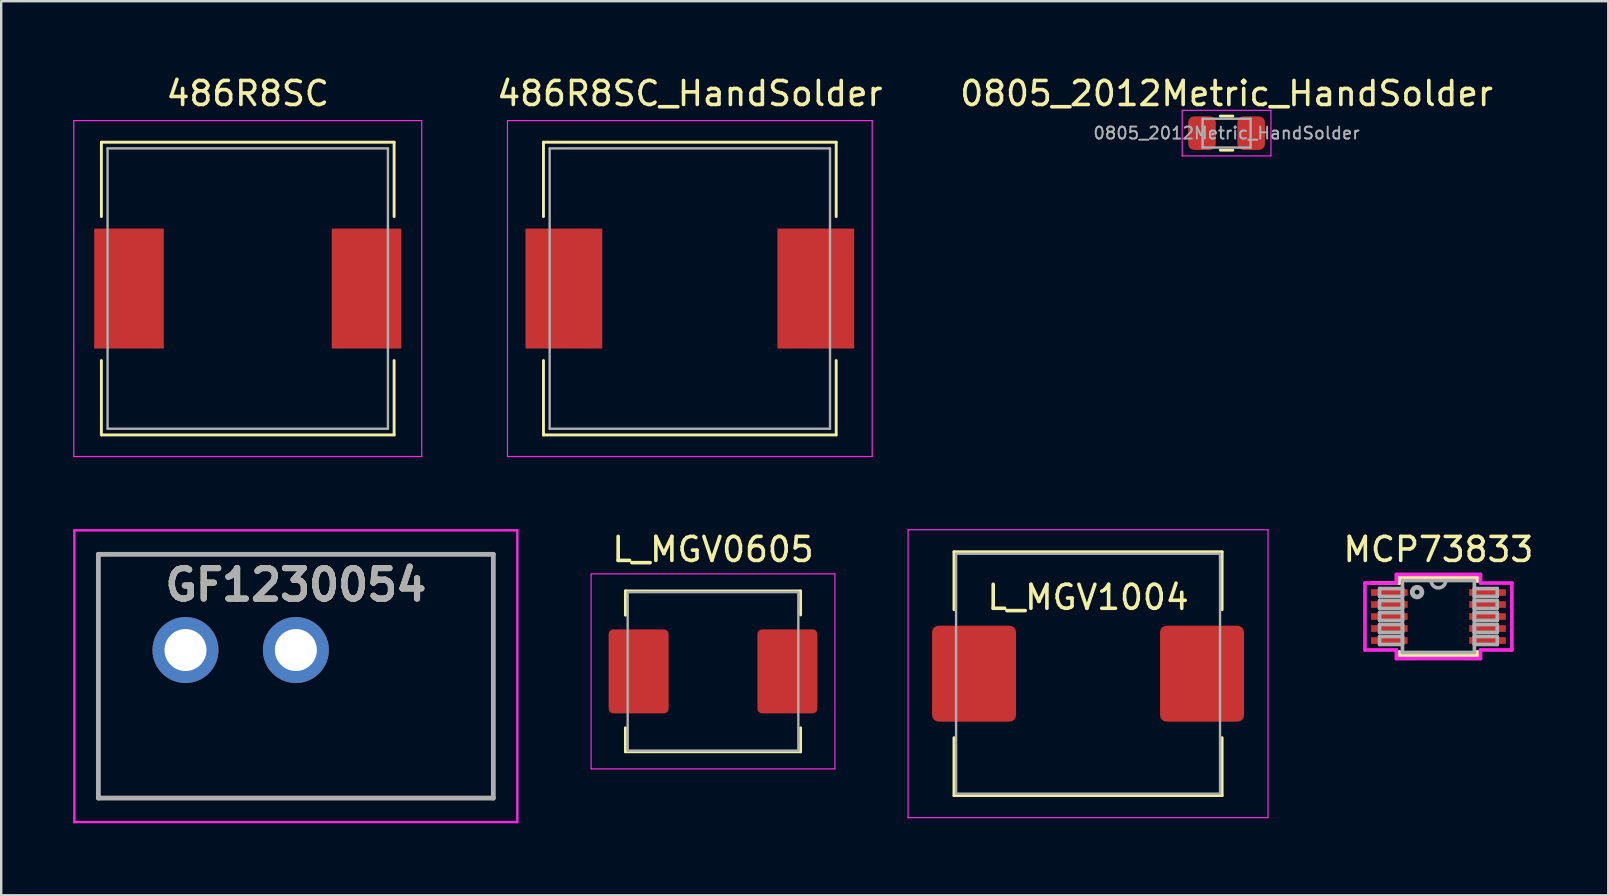
<source format=kicad_pcb>
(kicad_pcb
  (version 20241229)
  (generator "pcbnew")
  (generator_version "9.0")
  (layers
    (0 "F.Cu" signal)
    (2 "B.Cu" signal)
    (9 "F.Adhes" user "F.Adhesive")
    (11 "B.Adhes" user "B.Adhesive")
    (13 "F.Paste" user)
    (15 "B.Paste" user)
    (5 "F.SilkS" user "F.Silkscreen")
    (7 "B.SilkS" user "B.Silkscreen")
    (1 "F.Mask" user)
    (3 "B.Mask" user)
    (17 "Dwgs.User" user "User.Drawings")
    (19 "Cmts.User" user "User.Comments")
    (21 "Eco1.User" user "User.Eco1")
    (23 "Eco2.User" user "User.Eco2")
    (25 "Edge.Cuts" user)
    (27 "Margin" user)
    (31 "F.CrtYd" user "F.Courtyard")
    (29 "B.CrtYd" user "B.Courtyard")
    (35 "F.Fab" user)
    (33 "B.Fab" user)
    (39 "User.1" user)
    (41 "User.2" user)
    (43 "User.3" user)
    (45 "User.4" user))
  (footprint "486R8SC"
    (layer "F.Cu")
    (at 7.275 8.976)
    (property "Reference" "486R8SC" (at 0 -8.128 0) (layer "F.SilkS") (effects (font (size 1 1) (thickness 0.15))))
    (attr smd)
    (fp_line (start -6.1 -6.1) (end -6.1 -3) (stroke (width 0.12) (type solid)) (layer "F.SilkS"))
    (fp_line (start -6.1 -6.1) (end 6.1 -6.1) (stroke (width 0.12) (type solid)) (layer "F.SilkS"))
    (fp_line (start -6.1 3) (end -6.1 6.1) (stroke (width 0.12) (type solid)) (layer "F.SilkS"))
    (fp_line (start 6.1 -6.1) (end 6.1 -3) (stroke (width 0.12) (type solid)) (layer "F.SilkS"))
    (fp_line (start 6.1 3) (end 6.1 6.1) (stroke (width 0.12) (type solid)) (layer "F.SilkS"))
    (fp_line (start 6.1 6.1) (end -6.1 6.1) (stroke (width 0.12) (type solid)) (layer "F.SilkS"))
    (fp_line (start -7.25 -7) (end 7.25 -7) (stroke (width 0.05) (type solid)) (layer "F.CrtYd"))
    (fp_line (start -7.25 7) (end -7.25 -7) (stroke (width 0.05) (type solid)) (layer "F.CrtYd"))
    (fp_line (start 7.25 -7) (end 7.25 7) (stroke (width 0.05) (type solid)) (layer "F.CrtYd"))
    (fp_line (start 7.25 7) (end -7.25 7) (stroke (width 0.05) (type solid)) (layer "F.CrtYd"))
    (fp_line (start -5.842 -5.842) (end -5.842 5.842) (stroke (width 0.1) (type solid)) (layer "F.Fab"))
    (fp_line (start -5.842 5.842) (end 5.842 5.842) (stroke (width 0.1) (type solid)) (layer "F.Fab"))
    (fp_line (start 5.842 -5.842) (end -5.842 -5.842) (stroke (width 0.1) (type solid)) (layer "F.Fab"))
    (fp_line (start 5.842 5.842) (end 5.842 -5.842) (stroke (width 0.1) (type solid)) (layer "F.Fab"))
    (pad "1" smd rect (at -4.95 0) (size 2.9 5) (layers "F.Cu" "F.Mask" "F.Paste"))
    (pad "2" smd rect (at 4.95 0) (size 2.9 5) (layers "F.Cu" "F.Mask" "F.Paste")))
  (footprint "GF1230054"
    (layer "F.Cu")
    (at 9.28 25.131)
    (property "Reference" "GF1230054" (at 0 -3.81 0) (layer "F.SilkS") (effects (font (size 1.27 1.27) (thickness 0.254))))
    (attr through_hole)
    (fp_line (start -8.23 -5.08) (end 8.23 -5.08) (stroke (width 0.1) (type solid)) (layer "F.SilkS"))
    (fp_line (start -8.23 5.08) (end -8.23 -5.08) (stroke (width 0.1) (type solid)) (layer "F.SilkS"))
    (fp_line (start 8.23 -5.08) (end 8.23 5.08) (stroke (width 0.1) (type solid)) (layer "F.SilkS"))
    (fp_line (start 8.23 5.08) (end -8.23 5.08) (stroke (width 0.1) (type solid)) (layer "F.SilkS"))
    (fp_line (start -9.23 -6.08) (end 9.23 -6.08) (stroke (width 0.1) (type solid)) (layer "F.CrtYd"))
    (fp_line (start -9.23 6.08) (end -9.23 -6.08) (stroke (width 0.1) (type solid)) (layer "F.CrtYd"))
    (fp_line (start 9.23 -6.08) (end 9.23 6.08) (stroke (width 0.1) (type solid)) (layer "F.CrtYd"))
    (fp_line (start 9.23 6.08) (end -9.23 6.08) (stroke (width 0.1) (type solid)) (layer "F.CrtYd"))
    (fp_line (start -8.23 -5.08) (end 8.23 -5.08) (stroke (width 0.2) (type solid)) (layer "F.Fab"))
    (fp_line (start -8.23 5.08) (end -8.23 -5.08) (stroke (width 0.2) (type solid)) (layer "F.Fab"))
    (fp_line (start 8.23 -5.08) (end 8.23 5.08) (stroke (width 0.2) (type solid)) (layer "F.Fab"))
    (fp_line (start 8.23 5.08) (end -8.23 5.08) (stroke (width 0.2) (type solid)) (layer "F.Fab"))
    (fp_text user "${REFERENCE}" (at 0 -3.81 0) (layer "F.Fab") (effects (font (size 1.27 1.27) (thickness 0.254))))
    (pad "1" thru_hole circle (at -4.6 -1.09) (size 2.75 2.75) (drill 1.75) (layers "*.Cu" "*.Mask"))
    (pad "2" thru_hole circle (at 0 -1.09) (size 2.75 2.75) (drill 1.75) (layers "*.Cu" "*.Mask")))
  (footprint "L_MGV1004"
    (layer "F.Cu")
    (at 42.295 25.026)
    (property "Reference" "L_MGV1004" (at 0 -3.18 0) (layer "F.SilkS") (effects (font (size 1 1) (thickness 0.15))))
    (attr smd)
    (fp_line (start -5.588 -5.08) (end 5.588 -5.08) (stroke (width 0.12) (type solid)) (layer "F.SilkS"))
    (fp_line (start -5.588 -2.667) (end -5.588 -5.08) (stroke (width 0.12) (type solid)) (layer "F.SilkS"))
    (fp_line (start -5.588 5.08) (end -5.588 2.667) (stroke (width 0.12) (type solid)) (layer "F.SilkS"))
    (fp_line (start -5.588 5.08) (end 5.588 5.08) (stroke (width 0.12) (type solid)) (layer "F.SilkS"))
    (fp_line (start 5.588 -2.667) (end 5.588 -5.08) (stroke (width 0.12) (type solid)) (layer "F.SilkS"))
    (fp_line (start 5.588 5.08) (end 5.588 2.667) (stroke (width 0.12) (type solid)) (layer "F.SilkS"))
    (fp_line (start -7.5 -6) (end 7.5 -6) (stroke (width 0.05) (type solid)) (layer "F.CrtYd"))
    (fp_line (start -7.5 6) (end -7.5 -6) (stroke (width 0.05) (type solid)) (layer "F.CrtYd"))
    (fp_line (start 7.5 -6) (end 7.5 6) (stroke (width 0.05) (type solid)) (layer "F.CrtYd"))
    (fp_line (start 7.5 6) (end -7.5 6) (stroke (width 0.05) (type solid)) (layer "F.CrtYd"))
    (fp_line (start -5.5 -5) (end 5.5 -5) (stroke (width 0.1) (type solid)) (layer "F.Fab"))
    (fp_line (start -5.5 5) (end -5.5 -5) (stroke (width 0.1) (type solid)) (layer "F.Fab"))
    (fp_line (start 5.5 -5) (end 5.5 5) (stroke (width 0.1) (type solid)) (layer "F.Fab"))
    (fp_line (start 5.5 5) (end -5.5 5) (stroke (width 0.1) (type solid)) (layer "F.Fab"))
    (pad "1" smd roundrect (at -4.75 0) (size 3.5 4) (layers "F.Cu" "F.Mask" "F.Paste") (roundrect_rratio 0.078))
    (pad "2" smd roundrect (at 4.75 0) (size 3.5 4) (layers "F.Cu" "F.Mask" "F.Paste") (roundrect_rratio 0.078)))
  (footprint "0805_2012Metric_HandSolder"
    (layer "F.Cu")
    (at 48.068 2.498)
    (property "Reference" "0805_2012Metric_HandSolder" (at 0 -1.65 0) (layer "F.SilkS") (effects (font (size 1 1) (thickness 0.15))))
    (attr smd)
    (fp_line (start -0.261 -0.71) (end 0.261 -0.71) (stroke (width 0.12) (type solid)) (layer "F.SilkS"))
    (fp_line (start -0.261 0.71) (end 0.261 0.71) (stroke (width 0.12) (type solid)) (layer "F.SilkS"))
    (fp_line (start -1.85 -0.95) (end 1.85 -0.95) (stroke (width 0.05) (type solid)) (layer "F.CrtYd"))
    (fp_line (start -1.85 0.95) (end -1.85 -0.95) (stroke (width 0.05) (type solid)) (layer "F.CrtYd"))
    (fp_line (start 1.85 -0.95) (end 1.85 0.95) (stroke (width 0.05) (type solid)) (layer "F.CrtYd"))
    (fp_line (start 1.85 0.95) (end -1.85 0.95) (stroke (width 0.05) (type solid)) (layer "F.CrtYd"))
    (fp_line (start -1 -0.6) (end 1 -0.6) (stroke (width 0.1) (type solid)) (layer "F.Fab"))
    (fp_line (start -1 0.6) (end -1 -0.6) (stroke (width 0.1) (type solid)) (layer "F.Fab"))
    (fp_line (start 1 -0.6) (end 1 0.6) (stroke (width 0.1) (type solid)) (layer "F.Fab"))
    (fp_line (start 1 0.6) (end -1 0.6) (stroke (width 0.1) (type solid)) (layer "F.Fab"))
    (fp_text user "${REFERENCE}" (at 0 0 0) (layer "F.Fab") (effects (font (size 0.5 0.5) (thickness 0.08))))
    (pad "1" smd roundrect (at -1.025 0) (size 1.15 1.4) (layers "F.Cu" "F.Mask" "F.Paste") (roundrect_rratio 0.217))
    (pad "2" smd roundrect (at 1.025 0) (size 1.15 1.4) (layers "F.Cu" "F.Mask" "F.Paste") (roundrect_rratio 0.217)))
  (footprint "486R8SC_HandSolder"
    (layer "F.Cu")
    (at 25.699 8.976)
    (property "Reference" "486R8SC_HandSolder" (at 0 -8.128 0) (layer "F.SilkS") (effects (font (size 1 1) (thickness 0.15))))
    (attr smd)
    (fp_line (start -6.1 -6.1) (end -6.1 -3) (stroke (width 0.12) (type solid)) (layer "F.SilkS"))
    (fp_line (start -6.1 -6.1) (end 6.1 -6.1) (stroke (width 0.12) (type solid)) (layer "F.SilkS"))
    (fp_line (start -6.1 3) (end -6.1 6.1) (stroke (width 0.12) (type solid)) (layer "F.SilkS"))
    (fp_line (start 6.1 -6.1) (end 6.1 -3) (stroke (width 0.12) (type solid)) (layer "F.SilkS"))
    (fp_line (start 6.1 3) (end 6.1 6.1) (stroke (width 0.12) (type solid)) (layer "F.SilkS"))
    (fp_line (start 6.1 6.1) (end -6.1 6.1) (stroke (width 0.12) (type solid)) (layer "F.SilkS"))
    (fp_line (start -7.6 -7) (end 7.6 -7) (stroke (width 0.05) (type solid)) (layer "F.CrtYd"))
    (fp_line (start -7.6 7) (end -7.6 -7) (stroke (width 0.05) (type solid)) (layer "F.CrtYd"))
    (fp_line (start 7.6 -7) (end 7.6 7) (stroke (width 0.05) (type solid)) (layer "F.CrtYd"))
    (fp_line (start 7.6 7) (end -7.6 7) (stroke (width 0.05) (type solid)) (layer "F.CrtYd"))
    (fp_line (start -5.842 -5.842) (end -5.842 5.842) (stroke (width 0.1) (type solid)) (layer "F.Fab"))
    (fp_line (start -5.842 5.842) (end 5.842 5.842) (stroke (width 0.1) (type solid)) (layer "F.Fab"))
    (fp_line (start 5.842 -5.842) (end -5.842 -5.842) (stroke (width 0.1) (type solid)) (layer "F.Fab"))
    (fp_line (start 5.842 5.842) (end 5.842 -5.842) (stroke (width 0.1) (type solid)) (layer "F.Fab"))
    (pad "1" smd rect (at -5.25 0) (size 3.2 5) (layers "F.Cu" "F.Mask" "F.Paste"))
    (pad "2" smd rect (at 5.25 0) (size 3.2 5) (layers "F.Cu" "F.Mask" "F.Paste")))
  (footprint "L_MGV0605"
    (layer "F.Cu")
    (at 26.665 24.93)
    (property "Reference" "L_MGV0605" (at 0 -5.08 0) (layer "F.SilkS") (effects (font (size 1 1) (thickness 0.15))))
    (attr smd)
    (fp_line (start -3.65 -3.35) (end 3.65 -3.35) (stroke (width 0.12) (type solid)) (layer "F.SilkS"))
    (fp_line (start -3.65 -2.35) (end -3.65 -3.35) (stroke (width 0.12) (type solid)) (layer "F.SilkS"))
    (fp_line (start -3.65 -2.35) (end -3.65 -3.35) (stroke (width 0.12) (type solid)) (layer "F.SilkS"))
    (fp_line (start -3.65 2.35) (end -3.65 3.35) (stroke (width 0.12) (type solid)) (layer "F.SilkS"))
    (fp_line (start -3.65 3.35) (end 3.65 3.35) (stroke (width 0.12) (type solid)) (layer "F.SilkS"))
    (fp_line (start 3.65 -2.35) (end 3.65 -3.35) (stroke (width 0.12) (type solid)) (layer "F.SilkS"))
    (fp_line (start 3.65 2.35) (end 3.65 3.35) (stroke (width 0.12) (type solid)) (layer "F.SilkS"))
    (fp_line (start -5.08 -4.064) (end 5.08 -4.064) (stroke (width 0.05) (type solid)) (layer "F.CrtYd"))
    (fp_line (start -5.08 4.064) (end -5.08 -4.064) (stroke (width 0.05) (type solid)) (layer "F.CrtYd"))
    (fp_line (start 5.08 -4.064) (end 5.08 4.064) (stroke (width 0.05) (type solid)) (layer "F.CrtYd"))
    (fp_line (start 5.08 4.064) (end -5.08 4.064) (stroke (width 0.05) (type solid)) (layer "F.CrtYd"))
    (fp_line (start -3.556 -3.302) (end 3.556 -3.302) (stroke (width 0.1) (type solid)) (layer "F.Fab"))
    (fp_line (start -3.556 3.302) (end -3.556 -3.302) (stroke (width 0.1) (type solid)) (layer "F.Fab"))
    (fp_line (start 3.556 -3.302) (end 3.556 3.302) (stroke (width 0.1) (type solid)) (layer "F.Fab"))
    (fp_line (start 3.556 3.302) (end -3.556 3.302) (stroke (width 0.1) (type solid)) (layer "F.Fab"))
    (pad "1" smd roundrect (at -3.1 0) (size 2.5 3.5) (layers "F.Cu" "F.Mask" "F.Paste") (roundrect_rratio 0.078))
    (pad "2" smd roundrect (at 3.1 0) (size 2.5 3.5) (layers "F.Cu" "F.Mask" "F.Paste") (roundrect_rratio 0.078)))
  (footprint "MCP73833"
    (layer "F.Cu")
    (at 56.897 22.643)
    (property "Reference" "MCP73833" (at 0 -2.794 0) (layer "F.SilkS") (effects (font (size 1 1) (thickness 0.15))))
    (attr smd)
    (fp_line (start -1.626 -1.626) (end -1.626 -1.397) (stroke (width 0.152) (type solid)) (layer "F.SilkS"))
    (fp_line (start -1.626 -1.397) (end -2.794 -1.397) (stroke (width 0.152) (type solid)) (layer "F.SilkS"))
    (fp_line (start -1.626 1.472) (end -1.626 1.626) (stroke (width 0.152) (type solid)) (layer "F.SilkS"))
    (fp_line (start -1.626 1.626) (end 1.626 1.626) (stroke (width 0.152) (type solid)) (layer "F.SilkS"))
    (fp_line (start 1.626 -1.626) (end -1.626 -1.626) (stroke (width 0.152) (type solid)) (layer "F.SilkS"))
    (fp_line (start 1.626 -1.472) (end 1.626 -1.626) (stroke (width 0.152) (type solid)) (layer "F.SilkS"))
    (fp_line (start 1.626 1.626) (end 1.626 1.472) (stroke (width 0.152) (type solid)) (layer "F.SilkS"))
    (fp_line (start -3.061 -1.394) (end -1.753 -1.394) (stroke (width 0.152) (type solid)) (layer "F.CrtYd"))
    (fp_line (start -3.061 1.394) (end -3.061 -1.394) (stroke (width 0.152) (type solid)) (layer "F.CrtYd"))
    (fp_line (start -1.753 -1.753) (end 1.753 -1.753) (stroke (width 0.152) (type solid)) (layer "F.CrtYd"))
    (fp_line (start -1.753 -1.394) (end -1.753 -1.753) (stroke (width 0.152) (type solid)) (layer "F.CrtYd"))
    (fp_line (start -1.753 1.394) (end -3.061 1.394) (stroke (width 0.152) (type solid)) (layer "F.CrtYd"))
    (fp_line (start -1.753 1.753) (end -1.753 1.394) (stroke (width 0.152) (type solid)) (layer "F.CrtYd"))
    (fp_line (start 1.753 -1.753) (end 1.753 -1.394) (stroke (width 0.152) (type solid)) (layer "F.CrtYd"))
    (fp_line (start 1.753 -1.394) (end 3.061 -1.394) (stroke (width 0.152) (type solid)) (layer "F.CrtYd"))
    (fp_line (start 1.753 1.394) (end 1.753 1.753) (stroke (width 0.152) (type solid)) (layer "F.CrtYd"))
    (fp_line (start 1.753 1.753) (end -1.753 1.753) (stroke (width 0.152) (type solid)) (layer "F.CrtYd"))
    (fp_line (start 3.061 -1.394) (end 3.061 1.394) (stroke (width 0.152) (type solid)) (layer "F.CrtYd"))
    (fp_line (start 3.061 1.394) (end 1.753 1.394) (stroke (width 0.152) (type solid)) (layer "F.CrtYd"))
    (fp_line (start -2.451 -1.165) (end -2.451 -0.835) (stroke (width 0.152) (type solid)) (layer "F.Fab"))
    (fp_line (start -2.451 -0.835) (end -1.499 -0.835) (stroke (width 0.152) (type solid)) (layer "F.Fab"))
    (fp_line (start -2.451 -0.665) (end -2.451 -0.335) (stroke (width 0.152) (type solid)) (layer "F.Fab"))
    (fp_line (start -2.451 -0.335) (end -1.499 -0.335) (stroke (width 0.152) (type solid)) (layer "F.Fab"))
    (fp_line (start -2.451 -0.165) (end -2.451 0.165) (stroke (width 0.152) (type solid)) (layer "F.Fab"))
    (fp_line (start -2.451 0.165) (end -1.499 0.165) (stroke (width 0.152) (type solid)) (layer "F.Fab"))
    (fp_line (start -2.451 0.335) (end -2.451 0.665) (stroke (width 0.152) (type solid)) (layer "F.Fab"))
    (fp_line (start -2.451 0.665) (end -1.499 0.665) (stroke (width 0.152) (type solid)) (layer "F.Fab"))
    (fp_line (start -2.451 0.835) (end -2.451 1.165) (stroke (width 0.152) (type solid)) (layer "F.Fab"))
    (fp_line (start -2.451 1.165) (end -1.499 1.165) (stroke (width 0.152) (type solid)) (layer "F.Fab"))
    (fp_line (start -1.499 -1.499) (end -1.499 1.499) (stroke (width 0.152) (type solid)) (layer "F.Fab"))
    (fp_line (start -1.499 -1.165) (end -2.451 -1.165) (stroke (width 0.152) (type solid)) (layer "F.Fab"))
    (fp_line (start -1.499 -0.835) (end -1.499 -1.165) (stroke (width 0.152) (type solid)) (layer "F.Fab"))
    (fp_line (start -1.499 -0.665) (end -2.451 -0.665) (stroke (width 0.152) (type solid)) (layer "F.Fab"))
    (fp_line (start -1.499 -0.335) (end -1.499 -0.665) (stroke (width 0.152) (type solid)) (layer "F.Fab"))
    (fp_line (start -1.499 -0.165) (end -2.451 -0.165) (stroke (width 0.152) (type solid)) (layer "F.Fab"))
    (fp_line (start -1.499 0.165) (end -1.499 -0.165) (stroke (width 0.152) (type solid)) (layer "F.Fab"))
    (fp_line (start -1.499 0.335) (end -2.451 0.335) (stroke (width 0.152) (type solid)) (layer "F.Fab"))
    (fp_line (start -1.499 0.665) (end -1.499 0.335) (stroke (width 0.152) (type solid)) (layer "F.Fab"))
    (fp_line (start -1.499 0.835) (end -2.451 0.835) (stroke (width 0.152) (type solid)) (layer "F.Fab"))
    (fp_line (start -1.499 1.165) (end -1.499 0.835) (stroke (width 0.152) (type solid)) (layer "F.Fab"))
    (fp_line (start -1.499 1.499) (end 1.499 1.499) (stroke (width 0.152) (type solid)) (layer "F.Fab"))
    (fp_line (start 1.499 -1.499) (end -1.499 -1.499) (stroke (width 0.152) (type solid)) (layer "F.Fab"))
    (fp_line (start 1.499 -1.165) (end 1.499 -0.835) (stroke (width 0.152) (type solid)) (layer "F.Fab"))
    (fp_line (start 1.499 -0.835) (end 2.451 -0.835) (stroke (width 0.152) (type solid)) (layer "F.Fab"))
    (fp_line (start 1.499 -0.665) (end 1.499 -0.335) (stroke (width 0.152) (type solid)) (layer "F.Fab"))
    (fp_line (start 1.499 -0.335) (end 2.451 -0.335) (stroke (width 0.152) (type solid)) (layer "F.Fab"))
    (fp_line (start 1.499 -0.165) (end 1.499 0.165) (stroke (width 0.152) (type solid)) (layer "F.Fab"))
    (fp_line (start 1.499 0.165) (end 2.451 0.165) (stroke (width 0.152) (type solid)) (layer "F.Fab"))
    (fp_line (start 1.499 0.335) (end 1.499 0.665) (stroke (width 0.152) (type solid)) (layer "F.Fab"))
    (fp_line (start 1.499 0.665) (end 2.451 0.665) (stroke (width 0.152) (type solid)) (layer "F.Fab"))
    (fp_line (start 1.499 0.835) (end 1.499 1.165) (stroke (width 0.152) (type solid)) (layer "F.Fab"))
    (fp_line (start 1.499 1.165) (end 2.451 1.165) (stroke (width 0.152) (type solid)) (layer "F.Fab"))
    (fp_line (start 1.499 1.499) (end 1.499 -1.499) (stroke (width 0.152) (type solid)) (layer "F.Fab"))
    (fp_line (start 2.451 -1.165) (end 1.499 -1.165) (stroke (width 0.152) (type solid)) (layer "F.Fab"))
    (fp_line (start 2.451 -0.835) (end 2.451 -1.165) (stroke (width 0.152) (type solid)) (layer "F.Fab"))
    (fp_line (start 2.451 -0.665) (end 1.499 -0.665) (stroke (width 0.152) (type solid)) (layer "F.Fab"))
    (fp_line (start 2.451 -0.335) (end 2.451 -0.665) (stroke (width 0.152) (type solid)) (layer "F.Fab"))
    (fp_line (start 2.451 -0.165) (end 1.499 -0.165) (stroke (width 0.152) (type solid)) (layer "F.Fab"))
    (fp_line (start 2.451 0.165) (end 2.451 -0.165) (stroke (width 0.152) (type solid)) (layer "F.Fab"))
    (fp_line (start 2.451 0.335) (end 1.499 0.335) (stroke (width 0.152) (type solid)) (layer "F.Fab"))
    (fp_line (start 2.451 0.665) (end 2.451 0.335) (stroke (width 0.152) (type solid)) (layer "F.Fab"))
    (fp_line (start 2.451 0.835) (end 1.499 0.835) (stroke (width 0.152) (type solid)) (layer "F.Fab"))
    (fp_line (start 2.451 1.165) (end 2.451 0.835) (stroke (width 0.152) (type solid)) (layer "F.Fab"))
    (fp_arc (start 0.3048 -1.4986) (mid 0 -1.1938) (end -0.3048 -1.4986) (stroke (width 0.1524) (type solid)) (layer "F.Fab"))
    (fp_circle (center -0.889 -1.016) (end -0.689 -1.016) (stroke (width 0.2) (type solid)) (fill no) (layer "F.Fab"))
    (pad "1" smd rect (at -2.045 -1) (size 1.524 0.279) (layers "F.Cu" "F.Mask" "F.Paste"))
    (pad "2" smd rect (at -2.045 -0.5) (size 1.524 0.279) (layers "F.Cu" "F.Mask" "F.Paste"))
    (pad "3" smd rect (at -2.045 0) (size 1.524 0.279) (layers "F.Cu" "F.Mask" "F.Paste"))
    (pad "4" smd rect (at -2.045 0.5) (size 1.524 0.279) (layers "F.Cu" "F.Mask" "F.Paste"))
    (pad "5" smd rect (at -2.045 1) (size 1.524 0.279) (layers "F.Cu" "F.Mask" "F.Paste"))
    (pad "6" smd rect (at 2.045 1) (size 1.524 0.279) (layers "F.Cu" "F.Mask" "F.Paste"))
    (pad "7" smd rect (at 2.045 0.5) (size 1.524 0.279) (layers "F.Cu" "F.Mask" "F.Paste"))
    (pad "8" smd rect (at 2.045 0) (size 1.524 0.279) (layers "F.Cu" "F.Mask" "F.Paste"))
    (pad "9" smd rect (at 2.045 -0.5) (size 1.524 0.279) (layers "F.Cu" "F.Mask" "F.Paste"))
    (pad "10" smd rect (at 2.045 -1) (size 1.524 0.279) (layers "F.Cu" "F.Mask" "F.Paste")))
  (gr_rect
    (start -3 -3)
    (end 63.975 34.261)
    (stroke (width 0.1) (type default))
    (fill no)
    (layer "Edge.Cuts")))
</source>
